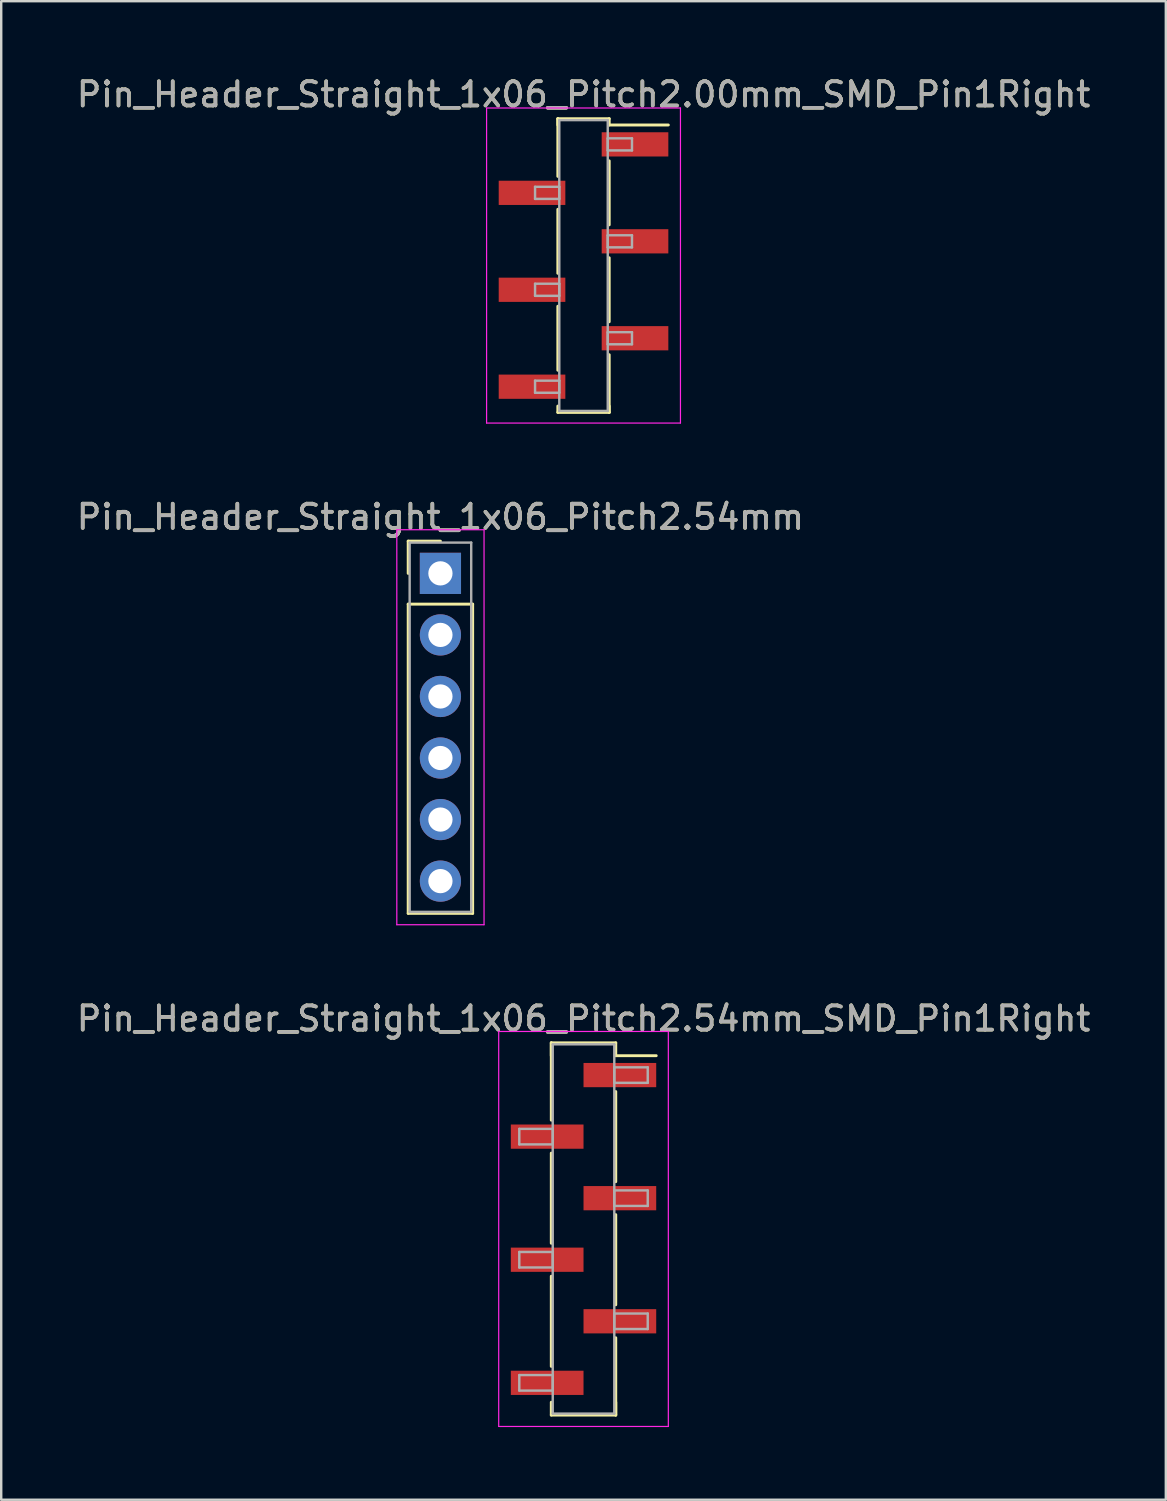
<source format=kicad_pcb>
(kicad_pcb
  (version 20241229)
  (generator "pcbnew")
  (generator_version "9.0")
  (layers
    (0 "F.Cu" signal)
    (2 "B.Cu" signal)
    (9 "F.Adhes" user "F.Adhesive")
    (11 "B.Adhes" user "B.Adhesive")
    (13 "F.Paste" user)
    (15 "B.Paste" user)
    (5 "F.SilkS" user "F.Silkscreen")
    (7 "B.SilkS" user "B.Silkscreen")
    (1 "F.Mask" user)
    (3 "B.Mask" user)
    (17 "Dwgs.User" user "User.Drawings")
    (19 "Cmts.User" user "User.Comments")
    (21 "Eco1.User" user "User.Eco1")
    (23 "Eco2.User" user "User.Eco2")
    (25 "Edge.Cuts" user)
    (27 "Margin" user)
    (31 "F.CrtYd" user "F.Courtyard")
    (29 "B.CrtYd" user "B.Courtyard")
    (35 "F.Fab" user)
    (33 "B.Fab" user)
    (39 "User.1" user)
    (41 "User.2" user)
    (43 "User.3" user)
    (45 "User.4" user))
  (footprint "Pin_Header_Straight_1x06_Pitch2.54mm"
    (layer "F.Cu")
    (at 15.125 20.611)
    (property "Reference" "Pin_Header_Straight_1x06_Pitch2.54mm" (at 0 -2.33 0) (layer "F.SilkS") (effects (font (size 1 1) (thickness 0.15))))
    (attr through_hole)
    (fp_line (start -1.33 -1.33) (end 0 -1.33) (stroke (width 0.12) (type solid)) (layer "F.SilkS"))
    (fp_line (start -1.33 0) (end -1.33 -1.33) (stroke (width 0.12) (type solid)) (layer "F.SilkS"))
    (fp_line (start -1.33 1.27) (end -1.33 14.03) (stroke (width 0.12) (type solid)) (layer "F.SilkS"))
    (fp_line (start -1.33 14.03) (end 1.33 14.03) (stroke (width 0.12) (type solid)) (layer "F.SilkS"))
    (fp_line (start 1.33 1.27) (end -1.33 1.27) (stroke (width 0.12) (type solid)) (layer "F.SilkS"))
    (fp_line (start 1.33 14.03) (end 1.33 1.27) (stroke (width 0.12) (type solid)) (layer "F.SilkS"))
    (fp_line (start -1.8 -1.8) (end -1.8 14.5) (stroke (width 0.05) (type solid)) (layer "F.CrtYd"))
    (fp_line (start -1.8 14.5) (end 1.8 14.5) (stroke (width 0.05) (type solid)) (layer "F.CrtYd"))
    (fp_line (start 1.8 -1.8) (end -1.8 -1.8) (stroke (width 0.05) (type solid)) (layer "F.CrtYd"))
    (fp_line (start 1.8 14.5) (end 1.8 -1.8) (stroke (width 0.05) (type solid)) (layer "F.CrtYd"))
    (fp_line (start -1.27 -1.27) (end -1.27 13.97) (stroke (width 0.1) (type solid)) (layer "F.Fab"))
    (fp_line (start -1.27 13.97) (end 1.27 13.97) (stroke (width 0.1) (type solid)) (layer "F.Fab"))
    (fp_line (start 1.27 -1.27) (end -1.27 -1.27) (stroke (width 0.1) (type solid)) (layer "F.Fab"))
    (fp_line (start 1.27 13.97) (end 1.27 -1.27) (stroke (width 0.1) (type solid)) (layer "F.Fab"))
    (fp_text user "${REFERENCE}" (at 0 -2.33 0) (layer "F.Fab") (effects (font (size 1 1) (thickness 0.15))))
    (pad "1" thru_hole rect (at 0 0) (size 1.7 1.7) (drill 1) (layers "*.Cu" "*.Mask"))
    (pad "2" thru_hole oval (at 0 2.54) (size 1.7 1.7) (drill 1) (layers "*.Cu" "*.Mask"))
    (pad "3" thru_hole oval (at 0 5.08) (size 1.7 1.7) (drill 1) (layers "*.Cu" "*.Mask"))
    (pad "4" thru_hole oval (at 0 7.62) (size 1.7 1.7) (drill 1) (layers "*.Cu" "*.Mask"))
    (pad "5" thru_hole oval (at 0 10.16) (size 1.7 1.7) (drill 1) (layers "*.Cu" "*.Mask"))
    (pad "6" thru_hole oval (at 0 12.7) (size 1.7 1.7) (drill 1) (layers "*.Cu" "*.Mask")))
  (footprint "Pin_Header_Straight_1x06_Pitch2.54mm_SMD_Pin1Right"
    (layer "F.Cu")
    (at 21.03 47.665)
    (property "Reference" "Pin_Header_Straight_1x06_Pitch2.54mm_SMD_Pin1Right" (at 0 -8.68 0) (layer "F.SilkS") (effects (font (size 1 1) (thickness 0.15))))
    (attr smd)
    (fp_line (start -1.33 -7.68) (end -1.33 -4.49) (stroke (width 0.12) (type solid)) (layer "F.SilkS"))
    (fp_line (start -1.33 -7.68) (end 1.33 -7.68) (stroke (width 0.12) (type solid)) (layer "F.SilkS"))
    (fp_line (start -1.33 -7.15) (end -1.33 -7.68) (stroke (width 0.12) (type solid)) (layer "F.SilkS"))
    (fp_line (start -1.33 -3.13) (end -1.33 0.59) (stroke (width 0.12) (type solid)) (layer "F.SilkS"))
    (fp_line (start -1.33 1.95) (end -1.33 5.67) (stroke (width 0.12) (type solid)) (layer "F.SilkS"))
    (fp_line (start -1.33 7.15) (end -1.33 7.68) (stroke (width 0.12) (type solid)) (layer "F.SilkS"))
    (fp_line (start -1.33 7.68) (end 1.33 7.68) (stroke (width 0.12) (type solid)) (layer "F.SilkS"))
    (fp_line (start 1.33 -7.68) (end 1.33 -7.15) (stroke (width 0.12) (type solid)) (layer "F.SilkS"))
    (fp_line (start 1.33 -7.15) (end 3 -7.15) (stroke (width 0.12) (type solid)) (layer "F.SilkS"))
    (fp_line (start 1.33 -5.67) (end 1.33 -1.95) (stroke (width 0.12) (type solid)) (layer "F.SilkS"))
    (fp_line (start 1.33 -0.59) (end 1.33 3.13) (stroke (width 0.12) (type solid)) (layer "F.SilkS"))
    (fp_line (start 1.33 4.49) (end 1.33 7.68) (stroke (width 0.12) (type solid)) (layer "F.SilkS"))
    (fp_line (start 1.33 7.68) (end 1.33 7.15) (stroke (width 0.12) (type solid)) (layer "F.SilkS"))
    (fp_line (start -3.5 -8.15) (end -3.5 8.15) (stroke (width 0.05) (type solid)) (layer "F.CrtYd"))
    (fp_line (start -3.5 8.15) (end 3.5 8.15) (stroke (width 0.05) (type solid)) (layer "F.CrtYd"))
    (fp_line (start 3.5 -8.15) (end -3.5 -8.15) (stroke (width 0.05) (type solid)) (layer "F.CrtYd"))
    (fp_line (start 3.5 8.15) (end 3.5 -8.15) (stroke (width 0.05) (type solid)) (layer "F.CrtYd"))
    (fp_line (start -2.65 -4.13) (end -1.27 -4.13) (stroke (width 0.1) (type solid)) (layer "F.Fab"))
    (fp_line (start -2.65 -3.49) (end -2.65 -4.13) (stroke (width 0.1) (type solid)) (layer "F.Fab"))
    (fp_line (start -2.65 0.95) (end -1.27 0.95) (stroke (width 0.1) (type solid)) (layer "F.Fab"))
    (fp_line (start -2.65 1.59) (end -2.65 0.95) (stroke (width 0.1) (type solid)) (layer "F.Fab"))
    (fp_line (start -2.65 6.03) (end -1.27 6.03) (stroke (width 0.1) (type solid)) (layer "F.Fab"))
    (fp_line (start -2.65 6.67) (end -2.65 6.03) (stroke (width 0.1) (type solid)) (layer "F.Fab"))
    (fp_line (start -1.27 -7.62) (end -1.27 7.62) (stroke (width 0.1) (type solid)) (layer "F.Fab"))
    (fp_line (start -1.27 -4.13) (end -1.27 -3.49) (stroke (width 0.1) (type solid)) (layer "F.Fab"))
    (fp_line (start -1.27 -3.49) (end -2.65 -3.49) (stroke (width 0.1) (type solid)) (layer "F.Fab"))
    (fp_line (start -1.27 0.95) (end -1.27 1.59) (stroke (width 0.1) (type solid)) (layer "F.Fab"))
    (fp_line (start -1.27 1.59) (end -2.65 1.59) (stroke (width 0.1) (type solid)) (layer "F.Fab"))
    (fp_line (start -1.27 6.03) (end -1.27 6.67) (stroke (width 0.1) (type solid)) (layer "F.Fab"))
    (fp_line (start -1.27 6.67) (end -2.65 6.67) (stroke (width 0.1) (type solid)) (layer "F.Fab"))
    (fp_line (start -1.27 7.62) (end 1.27 7.62) (stroke (width 0.1) (type solid)) (layer "F.Fab"))
    (fp_line (start 1.27 -7.62) (end -1.27 -7.62) (stroke (width 0.1) (type solid)) (layer "F.Fab"))
    (fp_line (start 1.27 -6.67) (end 1.27 -6.03) (stroke (width 0.1) (type solid)) (layer "F.Fab"))
    (fp_line (start 1.27 -6.03) (end 2.65 -6.03) (stroke (width 0.1) (type solid)) (layer "F.Fab"))
    (fp_line (start 1.27 -1.59) (end 1.27 -0.95) (stroke (width 0.1) (type solid)) (layer "F.Fab"))
    (fp_line (start 1.27 -0.95) (end 2.65 -0.95) (stroke (width 0.1) (type solid)) (layer "F.Fab"))
    (fp_line (start 1.27 3.49) (end 1.27 4.13) (stroke (width 0.1) (type solid)) (layer "F.Fab"))
    (fp_line (start 1.27 4.13) (end 2.65 4.13) (stroke (width 0.1) (type solid)) (layer "F.Fab"))
    (fp_line (start 1.27 7.62) (end 1.27 -7.62) (stroke (width 0.1) (type solid)) (layer "F.Fab"))
    (fp_line (start 2.65 -6.67) (end 1.27 -6.67) (stroke (width 0.1) (type solid)) (layer "F.Fab"))
    (fp_line (start 2.65 -6.03) (end 2.65 -6.67) (stroke (width 0.1) (type solid)) (layer "F.Fab"))
    (fp_line (start 2.65 -1.59) (end 1.27 -1.59) (stroke (width 0.1) (type solid)) (layer "F.Fab"))
    (fp_line (start 2.65 -0.95) (end 2.65 -1.59) (stroke (width 0.1) (type solid)) (layer "F.Fab"))
    (fp_line (start 2.65 3.49) (end 1.27 3.49) (stroke (width 0.1) (type solid)) (layer "F.Fab"))
    (fp_line (start 2.65 4.13) (end 2.65 3.49) (stroke (width 0.1) (type solid)) (layer "F.Fab"))
    (fp_text user "${REFERENCE}" (at 0 -8.68 0) (layer "F.Fab") (effects (font (size 1 1) (thickness 0.15))))
    (pad "1" smd rect (at 1.5 -6.35) (size 3 1) (layers "F.Cu" "F.Mask" "F.Paste"))
    (pad "2" smd rect (at -1.5 -3.81) (size 3 1) (layers "F.Cu" "F.Mask" "F.Paste"))
    (pad "3" smd rect (at 1.5 -1.27) (size 3 1) (layers "F.Cu" "F.Mask" "F.Paste"))
    (pad "4" smd rect (at -1.5 1.27) (size 3 1) (layers "F.Cu" "F.Mask" "F.Paste"))
    (pad "5" smd rect (at 1.5 3.81) (size 3 1) (layers "F.Cu" "F.Mask" "F.Paste"))
    (pad "6" smd rect (at -1.5 6.35) (size 3 1) (layers "F.Cu" "F.Mask" "F.Paste")))
  (footprint "Pin_Header_Straight_1x06_Pitch2.00mm_SMD_Pin1Right"
    (layer "F.Cu")
    (at 21.03 7.908)
    (property "Reference" "Pin_Header_Straight_1x06_Pitch2.00mm_SMD_Pin1Right" (at 0 -7.06 0) (layer "F.SilkS") (effects (font (size 1 1) (thickness 0.15))))
    (attr smd)
    (fp_line (start -1.06 -6.06) (end -1.06 -3.68) (stroke (width 0.12) (type solid)) (layer "F.SilkS"))
    (fp_line (start -1.06 -6.06) (end 1.06 -6.06) (stroke (width 0.12) (type solid)) (layer "F.SilkS"))
    (fp_line (start -1.06 -5.8) (end -1.06 -6.06) (stroke (width 0.12) (type solid)) (layer "F.SilkS"))
    (fp_line (start -1.06 -2.32) (end -1.06 0.32) (stroke (width 0.12) (type solid)) (layer "F.SilkS"))
    (fp_line (start -1.06 1.68) (end -1.06 4.32) (stroke (width 0.12) (type solid)) (layer "F.SilkS"))
    (fp_line (start -1.06 5.8) (end -1.06 6.06) (stroke (width 0.12) (type solid)) (layer "F.SilkS"))
    (fp_line (start -1.06 6.06) (end 1.06 6.06) (stroke (width 0.12) (type solid)) (layer "F.SilkS"))
    (fp_line (start 1.06 -6.06) (end 1.06 -5.8) (stroke (width 0.12) (type solid)) (layer "F.SilkS"))
    (fp_line (start 1.06 -5.8) (end 3.5 -5.8) (stroke (width 0.12) (type solid)) (layer "F.SilkS"))
    (fp_line (start 1.06 -4.32) (end 1.06 -1.68) (stroke (width 0.12) (type solid)) (layer "F.SilkS"))
    (fp_line (start 1.06 -0.32) (end 1.06 2.32) (stroke (width 0.12) (type solid)) (layer "F.SilkS"))
    (fp_line (start 1.06 3.68) (end 1.06 6.06) (stroke (width 0.12) (type solid)) (layer "F.SilkS"))
    (fp_line (start 1.06 6.06) (end 1.06 5.8) (stroke (width 0.12) (type solid)) (layer "F.SilkS"))
    (fp_line (start -4 -6.5) (end -4 6.5) (stroke (width 0.05) (type solid)) (layer "F.CrtYd"))
    (fp_line (start -4 6.5) (end 4 6.5) (stroke (width 0.05) (type solid)) (layer "F.CrtYd"))
    (fp_line (start 4 -6.5) (end -4 -6.5) (stroke (width 0.05) (type solid)) (layer "F.CrtYd"))
    (fp_line (start 4 6.5) (end 4 -6.5) (stroke (width 0.05) (type solid)) (layer "F.CrtYd"))
    (fp_line (start -2 -3.25) (end -1 -3.25) (stroke (width 0.1) (type solid)) (layer "F.Fab"))
    (fp_line (start -2 -2.75) (end -2 -3.25) (stroke (width 0.1) (type solid)) (layer "F.Fab"))
    (fp_line (start -2 0.75) (end -1 0.75) (stroke (width 0.1) (type solid)) (layer "F.Fab"))
    (fp_line (start -2 1.25) (end -2 0.75) (stroke (width 0.1) (type solid)) (layer "F.Fab"))
    (fp_line (start -2 4.75) (end -1 4.75) (stroke (width 0.1) (type solid)) (layer "F.Fab"))
    (fp_line (start -2 5.25) (end -2 4.75) (stroke (width 0.1) (type solid)) (layer "F.Fab"))
    (fp_line (start -1 -6) (end -1 6) (stroke (width 0.1) (type solid)) (layer "F.Fab"))
    (fp_line (start -1 -3.25) (end -1 -2.75) (stroke (width 0.1) (type solid)) (layer "F.Fab"))
    (fp_line (start -1 -2.75) (end -2 -2.75) (stroke (width 0.1) (type solid)) (layer "F.Fab"))
    (fp_line (start -1 0.75) (end -1 1.25) (stroke (width 0.1) (type solid)) (layer "F.Fab"))
    (fp_line (start -1 1.25) (end -2 1.25) (stroke (width 0.1) (type solid)) (layer "F.Fab"))
    (fp_line (start -1 4.75) (end -1 5.25) (stroke (width 0.1) (type solid)) (layer "F.Fab"))
    (fp_line (start -1 5.25) (end -2 5.25) (stroke (width 0.1) (type solid)) (layer "F.Fab"))
    (fp_line (start -1 6) (end 1 6) (stroke (width 0.1) (type solid)) (layer "F.Fab"))
    (fp_line (start 1 -6) (end -1 -6) (stroke (width 0.1) (type solid)) (layer "F.Fab"))
    (fp_line (start 1 -5.25) (end 1 -4.75) (stroke (width 0.1) (type solid)) (layer "F.Fab"))
    (fp_line (start 1 -4.75) (end 2 -4.75) (stroke (width 0.1) (type solid)) (layer "F.Fab"))
    (fp_line (start 1 -1.25) (end 1 -0.75) (stroke (width 0.1) (type solid)) (layer "F.Fab"))
    (fp_line (start 1 -0.75) (end 2 -0.75) (stroke (width 0.1) (type solid)) (layer "F.Fab"))
    (fp_line (start 1 2.75) (end 1 3.25) (stroke (width 0.1) (type solid)) (layer "F.Fab"))
    (fp_line (start 1 3.25) (end 2 3.25) (stroke (width 0.1) (type solid)) (layer "F.Fab"))
    (fp_line (start 1 6) (end 1 -6) (stroke (width 0.1) (type solid)) (layer "F.Fab"))
    (fp_line (start 2 -5.25) (end 1 -5.25) (stroke (width 0.1) (type solid)) (layer "F.Fab"))
    (fp_line (start 2 -4.75) (end 2 -5.25) (stroke (width 0.1) (type solid)) (layer "F.Fab"))
    (fp_line (start 2 -1.25) (end 1 -1.25) (stroke (width 0.1) (type solid)) (layer "F.Fab"))
    (fp_line (start 2 -0.75) (end 2 -1.25) (stroke (width 0.1) (type solid)) (layer "F.Fab"))
    (fp_line (start 2 2.75) (end 1 2.75) (stroke (width 0.1) (type solid)) (layer "F.Fab"))
    (fp_line (start 2 3.25) (end 2 2.75) (stroke (width 0.1) (type solid)) (layer "F.Fab"))
    (fp_text user "${REFERENCE}" (at 0 -7.06 0) (layer "F.Fab") (effects (font (size 1 1) (thickness 0.15))))
    (pad "1" smd rect (at 2.125 -5) (size 2.75 1) (layers "F.Cu" "F.Mask" "F.Paste"))
    (pad "2" smd rect (at -2.125 -3) (size 2.75 1) (layers "F.Cu" "F.Mask" "F.Paste"))
    (pad "3" smd rect (at 2.125 -1) (size 2.75 1) (layers "F.Cu" "F.Mask" "F.Paste"))
    (pad "4" smd rect (at -2.125 1) (size 2.75 1) (layers "F.Cu" "F.Mask" "F.Paste"))
    (pad "5" smd rect (at 2.125 3) (size 2.75 1) (layers "F.Cu" "F.Mask" "F.Paste"))
    (pad "6" smd rect (at -2.125 5) (size 2.75 1) (layers "F.Cu" "F.Mask" "F.Paste")))
  (gr_rect
    (start -3 -3)
    (end 45.06 58.84)
    (stroke (width 0.1) (type default))
    (fill no)
    (layer "Edge.Cuts")))
</source>
